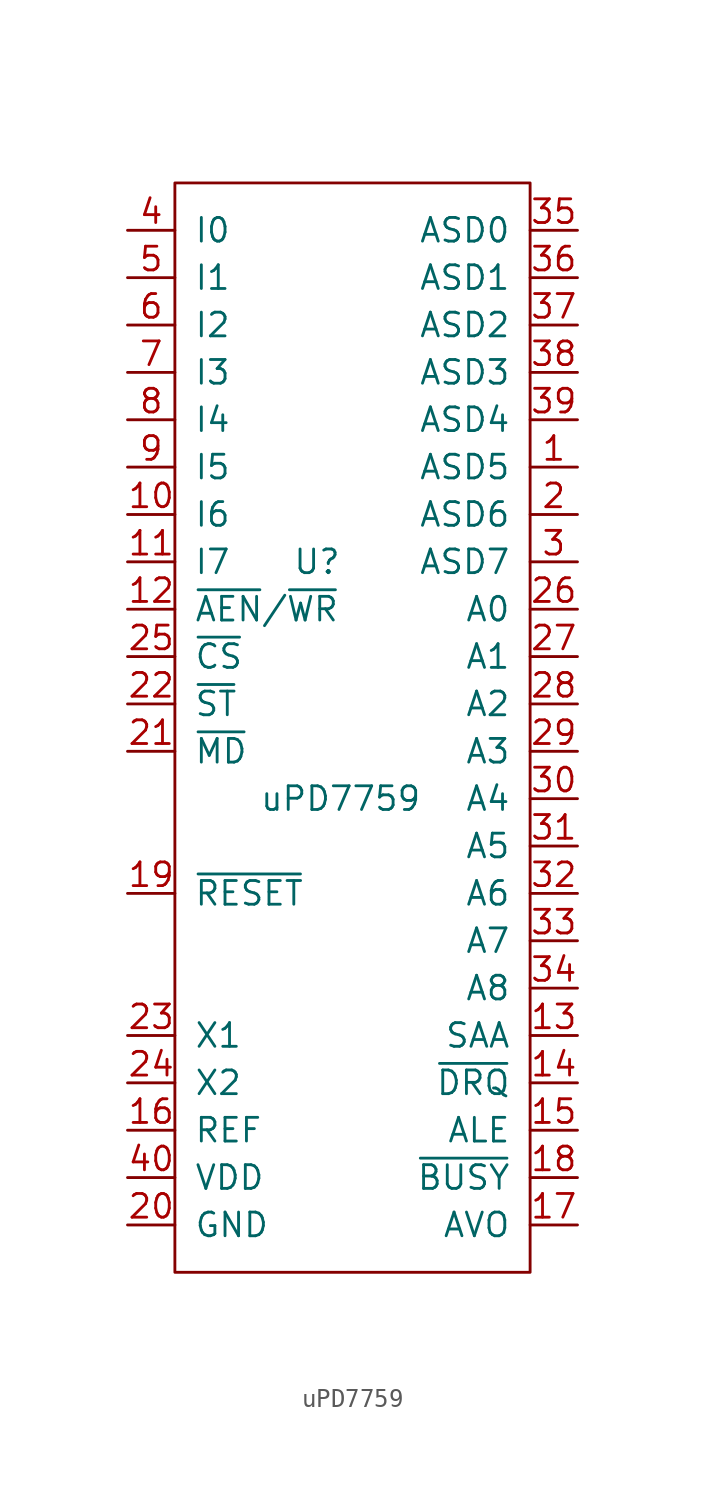
<source format=kicad_sym>
(kicad_symbol_lib
  (version 20211014)
  (generator kicad_symbol_editor)
  (symbol "uPD7759"
    (pin_names
      (offset 1.016))
    (property "Reference" "U"
      (at 0 0 0)
      (effects (font (size 1.27 1.27))))
    (property "Value" "uPD7759"
      (at 1.27 -12.7 0)
      (effects (font (size 1.27 1.27))))
    (symbol "uPD7759_0_1"
      (rectangle (start -7.62 20.32) (end 11.43 -38.1) (stroke (width 0) (type default) (color 0 0 0 0)) (fill (type none))))
    (symbol "uPD7759_1_1"
      (pin bidirectional line (at 13.97 5.08 180) (length 2.54) (name "ASD5" (effects (font (size 1.27 1.27)))) (number "1" (effects (font (size 1.27 1.27)))))
      (pin input line (at -10.16 2.54 0) (length 2.54) (name "I6" (effects (font (size 1.27 1.27)))) (number "10" (effects (font (size 1.27 1.27)))))
      (pin input line (at -10.16 0 0) (length 2.54) (name "I7" (effects (font (size 1.27 1.27)))) (number "11" (effects (font (size 1.27 1.27)))))
      (pin bidirectional line (at -10.16 -2.54 0) (length 2.54) (name "~{AEN}/~{WR}" (effects (font (size 1.27 1.27)))) (number "12" (effects (font (size 1.27 1.27)))))
      (pin output line (at 13.97 -25.4 180) (length 2.54) (name "SAA" (effects (font (size 1.27 1.27)))) (number "13" (effects (font (size 1.27 1.27)))))
      (pin output line (at 13.97 -27.94 180) (length 2.54) (name "~{DRQ}" (effects (font (size 1.27 1.27)))) (number "14" (effects (font (size 1.27 1.27)))))
      (pin output line (at 13.97 -30.48 180) (length 2.54) (name "ALE" (effects (font (size 1.27 1.27)))) (number "15" (effects (font (size 1.27 1.27)))))
      (pin passive line (at -10.16 -30.48 0) (length 2.54) (name "REF" (effects (font (size 1.27 1.27)))) (number "16" (effects (font (size 1.27 1.27)))))
      (pin passive line (at 13.97 -35.56 180) (length 2.54) (name "AVO" (effects (font (size 1.27 1.27)))) (number "17" (effects (font (size 1.27 1.27)))))
      (pin output line (at 13.97 -33.02 180) (length 2.54) (name "~{BUSY}" (effects (font (size 1.27 1.27)))) (number "18" (effects (font (size 1.27 1.27)))))
      (pin input line (at -10.16 -17.78 0) (length 2.54) (name "~{RESET}" (effects (font (size 1.27 1.27)))) (number "19" (effects (font (size 1.27 1.27)))))
      (pin bidirectional line (at 13.97 2.54 180) (length 2.54) (name "ASD6" (effects (font (size 1.27 1.27)))) (number "2" (effects (font (size 1.27 1.27)))))
      (pin power_in line (at -10.16 -35.56 0) (length 2.54) (name "GND" (effects (font (size 1.27 1.27)))) (number "20" (effects (font (size 1.27 1.27)))))
      (pin input line (at -10.16 -10.16 0) (length 2.54) (name "~{MD}" (effects (font (size 1.27 1.27)))) (number "21" (effects (font (size 1.27 1.27)))))
      (pin input line (at -10.16 -7.62 0) (length 2.54) (name "~{ST}" (effects (font (size 1.27 1.27)))) (number "22" (effects (font (size 1.27 1.27)))))
      (pin passive line (at -10.16 -25.4 0) (length 2.54) (name "X1" (effects (font (size 1.27 1.27)))) (number "23" (effects (font (size 1.27 1.27)))))
      (pin passive line (at -10.16 -27.94 0) (length 2.54) (name "X2" (effects (font (size 1.27 1.27)))) (number "24" (effects (font (size 1.27 1.27)))))
      (pin input line (at -10.16 -5.08 0) (length 2.54) (name "~{CS}" (effects (font (size 1.27 1.27)))) (number "25" (effects (font (size 1.27 1.27)))))
      (pin output line (at 13.97 -2.54 180) (length 2.54) (name "A0" (effects (font (size 1.27 1.27)))) (number "26" (effects (font (size 1.27 1.27)))))
      (pin output line (at 13.97 -5.08 180) (length 2.54) (name "A1" (effects (font (size 1.27 1.27)))) (number "27" (effects (font (size 1.27 1.27)))))
      (pin output line (at 13.97 -7.62 180) (length 2.54) (name "A2" (effects (font (size 1.27 1.27)))) (number "28" (effects (font (size 1.27 1.27)))))
      (pin output line (at 13.97 -10.16 180) (length 2.54) (name "A3" (effects (font (size 1.27 1.27)))) (number "29" (effects (font (size 1.27 1.27)))))
      (pin bidirectional line (at 13.97 0 180) (length 2.54) (name "ASD7" (effects (font (size 1.27 1.27)))) (number "3" (effects (font (size 1.27 1.27)))))
      (pin output line (at 13.97 -12.7 180) (length 2.54) (name "A4" (effects (font (size 1.27 1.27)))) (number "30" (effects (font (size 1.27 1.27)))))
      (pin output line (at 13.97 -15.24 180) (length 2.54) (name "A5" (effects (font (size 1.27 1.27)))) (number "31" (effects (font (size 1.27 1.27)))))
      (pin output line (at 13.97 -17.78 180) (length 2.54) (name "A6" (effects (font (size 1.27 1.27)))) (number "32" (effects (font (size 1.27 1.27)))))
      (pin output line (at 13.97 -20.32 180) (length 2.54) (name "A7" (effects (font (size 1.27 1.27)))) (number "33" (effects (font (size 1.27 1.27)))))
      (pin output line (at 13.97 -22.86 180) (length 2.54) (name "A8" (effects (font (size 1.27 1.27)))) (number "34" (effects (font (size 1.27 1.27)))))
      (pin bidirectional line (at 13.97 17.78 180) (length 2.54) (name "ASD0" (effects (font (size 1.27 1.27)))) (number "35" (effects (font (size 1.27 1.27)))))
      (pin bidirectional line (at 13.97 15.24 180) (length 2.54) (name "ASD1" (effects (font (size 1.27 1.27)))) (number "36" (effects (font (size 1.27 1.27)))))
      (pin bidirectional line (at 13.97 12.7 180) (length 2.54) (name "ASD2" (effects (font (size 1.27 1.27)))) (number "37" (effects (font (size 1.27 1.27)))))
      (pin bidirectional line (at 13.97 10.16 180) (length 2.54) (name "ASD3" (effects (font (size 1.27 1.27)))) (number "38" (effects (font (size 1.27 1.27)))))
      (pin bidirectional line (at 13.97 7.62 180) (length 2.54) (name "ASD4" (effects (font (size 1.27 1.27)))) (number "39" (effects (font (size 1.27 1.27)))))
      (pin input line (at -10.16 17.78 0) (length 2.54) (name "I0" (effects (font (size 1.27 1.27)))) (number "4" (effects (font (size 1.27 1.27)))))
      (pin power_in line (at -10.16 -33.02 0) (length 2.54) (name "VDD" (effects (font (size 1.27 1.27)))) (number "40" (effects (font (size 1.27 1.27)))))
      (pin input line (at -10.16 15.24 0) (length 2.54) (name "I1" (effects (font (size 1.27 1.27)))) (number "5" (effects (font (size 1.27 1.27)))))
      (pin input line (at -10.16 12.7 0) (length 2.54) (name "I2" (effects (font (size 1.27 1.27)))) (number "6" (effects (font (size 1.27 1.27)))))
      (pin input line (at -10.16 10.16 0) (length 2.54) (name "I3" (effects (font (size 1.27 1.27)))) (number "7" (effects (font (size 1.27 1.27)))))
      (pin input line (at -10.16 7.62 0) (length 2.54) (name "I4" (effects (font (size 1.27 1.27)))) (number "8" (effects (font (size 1.27 1.27)))))
      (pin input line (at -10.16 5.08 0) (length 2.54) (name "I5" (effects (font (size 1.27 1.27)))) (number "9" (effects (font (size 1.27 1.27))))))))
</source>
